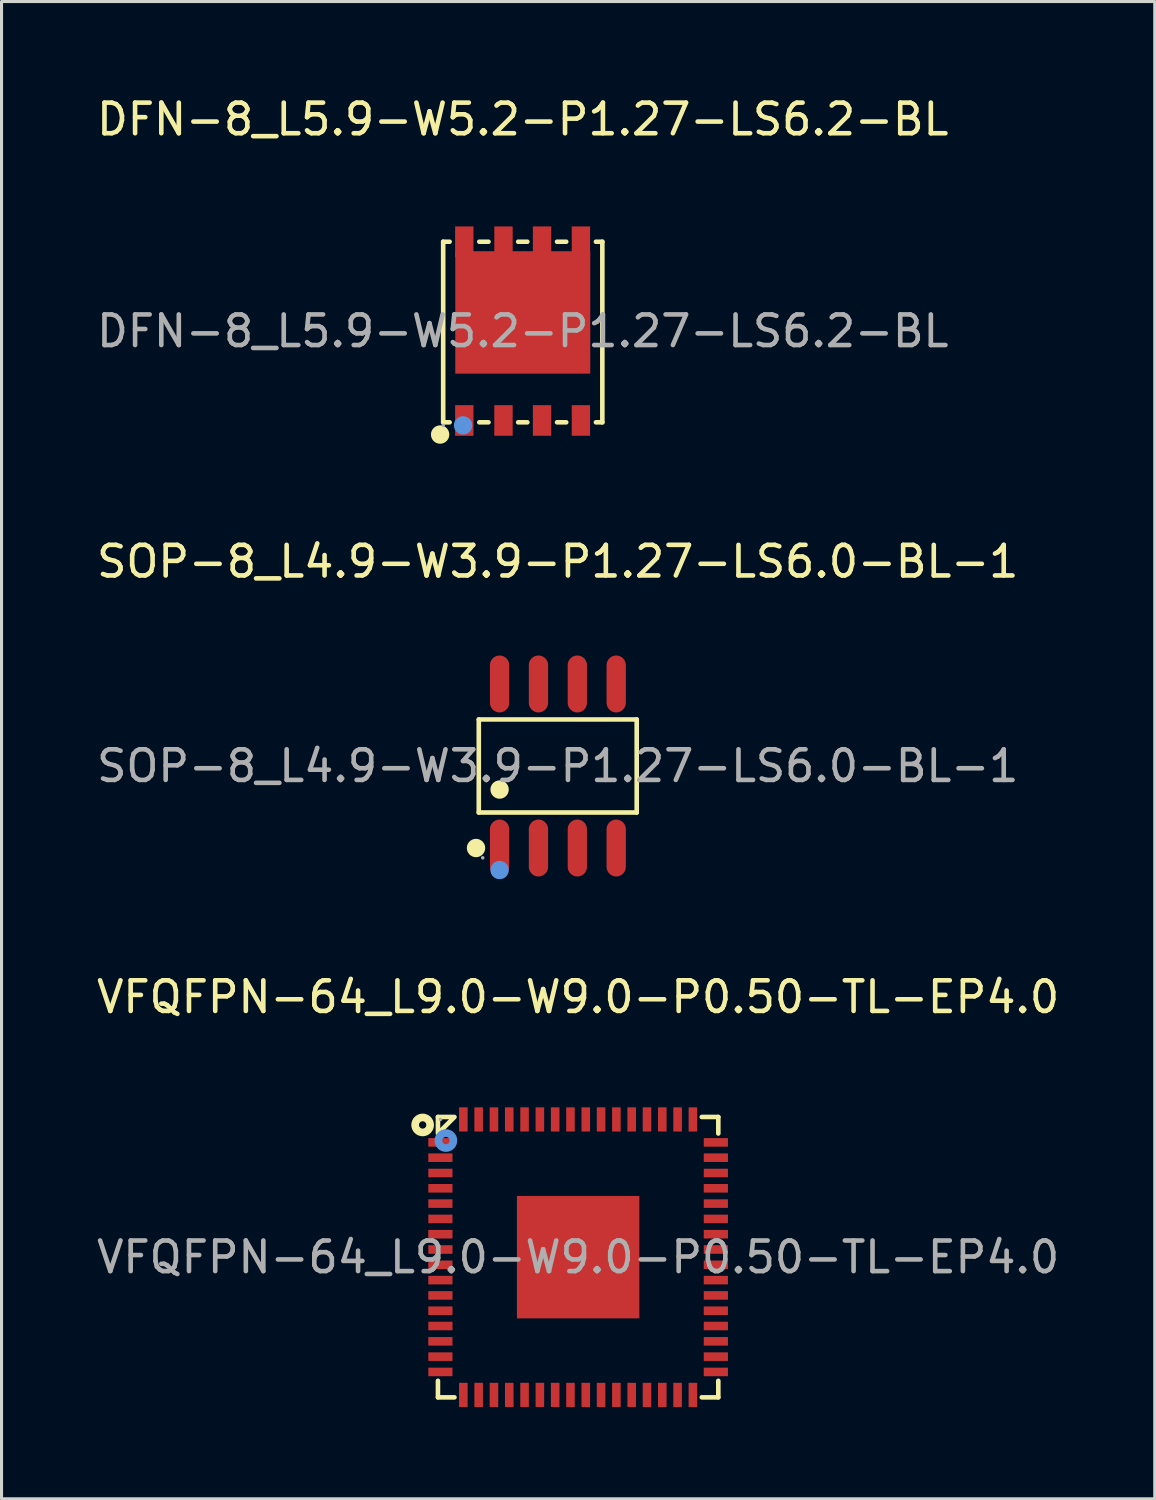
<source format=kicad_pcb>
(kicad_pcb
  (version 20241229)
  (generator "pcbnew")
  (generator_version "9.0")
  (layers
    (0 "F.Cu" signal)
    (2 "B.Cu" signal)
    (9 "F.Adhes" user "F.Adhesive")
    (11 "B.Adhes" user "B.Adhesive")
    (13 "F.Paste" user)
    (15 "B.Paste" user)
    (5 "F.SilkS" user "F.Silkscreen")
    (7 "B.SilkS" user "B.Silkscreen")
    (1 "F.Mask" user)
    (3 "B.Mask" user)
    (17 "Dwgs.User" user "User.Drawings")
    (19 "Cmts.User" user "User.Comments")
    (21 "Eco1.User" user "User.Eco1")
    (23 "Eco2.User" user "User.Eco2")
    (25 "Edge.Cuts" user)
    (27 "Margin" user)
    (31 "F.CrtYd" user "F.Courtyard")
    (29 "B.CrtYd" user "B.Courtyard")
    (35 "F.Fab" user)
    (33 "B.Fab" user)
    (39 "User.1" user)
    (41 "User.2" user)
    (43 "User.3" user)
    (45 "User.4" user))
  (footprint "VFQFPN-64_L9.0-W9.0-P0.50-TL-EP4.0"
    (layer "F.Cu")
    (at 15.839 38.025)
    (property "Reference" "VFQFPN-64_L9.0-W9.0-P0.50-TL-EP4.0" (at 0 -8.5 0) (layer "F.SilkS") (effects (font (size 1 1) (thickness 0.15))))
    (attr smd)
    (fp_line (start -4.58 -4.58) (end -4.04 -4.58) (stroke (width 0.15) (type solid)) (layer "F.SilkS"))
    (fp_line (start -4.58 -4.04) (end -4.58 -4.58) (stroke (width 0.15) (type solid)) (layer "F.SilkS"))
    (fp_line (start -4.58 4.04) (end -4.58 4.58) (stroke (width 0.15) (type solid)) (layer "F.SilkS"))
    (fp_line (start -4.58 4.58) (end -4.04 4.58) (stroke (width 0.15) (type solid)) (layer "F.SilkS"))
    (fp_line (start -4.07 -4.55) (end -4.55 -4.07) (stroke (width 0.15) (type solid)) (layer "F.SilkS"))
    (fp_line (start 4.58 -4.58) (end 4.04 -4.58) (stroke (width 0.15) (type solid)) (layer "F.SilkS"))
    (fp_line (start 4.58 -4.04) (end 4.58 -4.58) (stroke (width 0.15) (type solid)) (layer "F.SilkS"))
    (fp_line (start 4.58 4.04) (end 4.58 4.58) (stroke (width 0.15) (type solid)) (layer "F.SilkS"))
    (fp_line (start 4.58 4.58) (end 4.04 4.58) (stroke (width 0.15) (type solid)) (layer "F.SilkS"))
    (fp_circle (center -5.08 -4.32) (end -4.96 -4.32) (stroke (width 0.25) (type solid)) (fill no) (layer "F.SilkS"))
    (fp_circle (center -4.32 -3.81) (end -4.2 -3.81) (stroke (width 0.25) (type solid)) (fill no) (layer "Cmts.User"))
    (fp_circle (center -4.5 -4.5) (end -4.47 -4.5) (stroke (width 0.06) (type solid)) (fill no) (layer "F.Fab"))
    (fp_text user "${REFERENCE}" (at 0 0 0) (layer "F.Fab") (effects (font (size 1 1) (thickness 0.15))))
    (pad "1" smd rect (at -4.5 -3.75) (size 0.79 0.28) (layers "F.Cu" "F.Mask" "F.Paste"))
    (pad "2" smd rect (at -4.5 -3.25) (size 0.79 0.28) (layers "F.Cu" "F.Mask" "F.Paste"))
    (pad "3" smd rect (at -4.5 -2.75) (size 0.79 0.28) (layers "F.Cu" "F.Mask" "F.Paste"))
    (pad "4" smd rect (at -4.5 -2.25) (size 0.79 0.28) (layers "F.Cu" "F.Mask" "F.Paste"))
    (pad "5" smd rect (at -4.5 -1.75) (size 0.79 0.28) (layers "F.Cu" "F.Mask" "F.Paste"))
    (pad "6" smd rect (at -4.5 -1.25) (size 0.79 0.28) (layers "F.Cu" "F.Mask" "F.Paste"))
    (pad "7" smd rect (at -4.5 -0.75) (size 0.79 0.28) (layers "F.Cu" "F.Mask" "F.Paste"))
    (pad "8" smd rect (at -4.5 -0.25) (size 0.79 0.28) (layers "F.Cu" "F.Mask" "F.Paste"))
    (pad "9" smd rect (at -4.5 0.25) (size 0.79 0.28) (layers "F.Cu" "F.Mask" "F.Paste"))
    (pad "10" smd rect (at -4.5 0.75) (size 0.79 0.28) (layers "F.Cu" "F.Mask" "F.Paste"))
    (pad "11" smd rect (at -4.5 1.25) (size 0.79 0.28) (layers "F.Cu" "F.Mask" "F.Paste"))
    (pad "12" smd rect (at -4.5 1.75) (size 0.79 0.28) (layers "F.Cu" "F.Mask" "F.Paste"))
    (pad "13" smd rect (at -4.5 2.25) (size 0.79 0.28) (layers "F.Cu" "F.Mask" "F.Paste"))
    (pad "14" smd rect (at -4.5 2.75) (size 0.79 0.28) (layers "F.Cu" "F.Mask" "F.Paste"))
    (pad "15" smd rect (at -4.5 3.25) (size 0.79 0.28) (layers "F.Cu" "F.Mask" "F.Paste"))
    (pad "16" smd rect (at -4.5 3.75) (size 0.79 0.28) (layers "F.Cu" "F.Mask" "F.Paste"))
    (pad "17" smd rect (at -3.75 4.5) (size 0.28 0.79) (layers "F.Cu" "F.Mask" "F.Paste"))
    (pad "18" smd rect (at -3.25 4.5) (size 0.28 0.79) (layers "F.Cu" "F.Mask" "F.Paste"))
    (pad "19" smd rect (at -2.75 4.5) (size 0.28 0.79) (layers "F.Cu" "F.Mask" "F.Paste"))
    (pad "20" smd rect (at -2.25 4.5) (size 0.28 0.79) (layers "F.Cu" "F.Mask" "F.Paste"))
    (pad "21" smd rect (at -1.75 4.5) (size 0.28 0.79) (layers "F.Cu" "F.Mask" "F.Paste"))
    (pad "22" smd rect (at -1.25 4.5) (size 0.28 0.79) (layers "F.Cu" "F.Mask" "F.Paste"))
    (pad "23" smd rect (at -0.75 4.5) (size 0.28 0.79) (layers "F.Cu" "F.Mask" "F.Paste"))
    (pad "24" smd rect (at -0.25 4.5) (size 0.28 0.79) (layers "F.Cu" "F.Mask" "F.Paste"))
    (pad "25" smd rect (at 0.25 4.5) (size 0.28 0.79) (layers "F.Cu" "F.Mask" "F.Paste"))
    (pad "26" smd rect (at 0.75 4.5) (size 0.28 0.79) (layers "F.Cu" "F.Mask" "F.Paste"))
    (pad "27" smd rect (at 1.25 4.5) (size 0.28 0.79) (layers "F.Cu" "F.Mask" "F.Paste"))
    (pad "28" smd rect (at 1.75 4.5) (size 0.28 0.79) (layers "F.Cu" "F.Mask" "F.Paste"))
    (pad "29" smd rect (at 2.25 4.5) (size 0.28 0.79) (layers "F.Cu" "F.Mask" "F.Paste"))
    (pad "30" smd rect (at 2.75 4.5) (size 0.28 0.79) (layers "F.Cu" "F.Mask" "F.Paste"))
    (pad "31" smd rect (at 3.25 4.5) (size 0.28 0.79) (layers "F.Cu" "F.Mask" "F.Paste"))
    (pad "32" smd rect (at 3.75 4.5) (size 0.28 0.79) (layers "F.Cu" "F.Mask" "F.Paste"))
    (pad "33" smd rect (at 4.5 3.75) (size 0.79 0.28) (layers "F.Cu" "F.Mask" "F.Paste"))
    (pad "34" smd rect (at 4.5 3.25) (size 0.79 0.28) (layers "F.Cu" "F.Mask" "F.Paste"))
    (pad "35" smd rect (at 4.5 2.75) (size 0.79 0.28) (layers "F.Cu" "F.Mask" "F.Paste"))
    (pad "36" smd rect (at 4.5 2.25) (size 0.79 0.28) (layers "F.Cu" "F.Mask" "F.Paste"))
    (pad "37" smd rect (at 4.5 1.75) (size 0.79 0.28) (layers "F.Cu" "F.Mask" "F.Paste"))
    (pad "38" smd rect (at 4.5 1.25) (size 0.79 0.28) (layers "F.Cu" "F.Mask" "F.Paste"))
    (pad "39" smd rect (at 4.5 0.75) (size 0.79 0.28) (layers "F.Cu" "F.Mask" "F.Paste"))
    (pad "40" smd rect (at 4.5 0.25) (size 0.79 0.28) (layers "F.Cu" "F.Mask" "F.Paste"))
    (pad "41" smd rect (at 4.5 -0.25) (size 0.79 0.28) (layers "F.Cu" "F.Mask" "F.Paste"))
    (pad "42" smd rect (at 4.5 -0.75) (size 0.79 0.28) (layers "F.Cu" "F.Mask" "F.Paste"))
    (pad "43" smd rect (at 4.5 -1.25) (size 0.79 0.28) (layers "F.Cu" "F.Mask" "F.Paste"))
    (pad "44" smd rect (at 4.5 -1.75) (size 0.79 0.28) (layers "F.Cu" "F.Mask" "F.Paste"))
    (pad "45" smd rect (at 4.5 -2.25) (size 0.79 0.28) (layers "F.Cu" "F.Mask" "F.Paste"))
    (pad "46" smd rect (at 4.5 -2.75) (size 0.79 0.28) (layers "F.Cu" "F.Mask" "F.Paste"))
    (pad "47" smd rect (at 4.5 -3.25) (size 0.79 0.28) (layers "F.Cu" "F.Mask" "F.Paste"))
    (pad "48" smd rect (at 4.5 -3.75) (size 0.79 0.28) (layers "F.Cu" "F.Mask" "F.Paste"))
    (pad "49" smd rect (at 3.75 -4.5) (size 0.28 0.79) (layers "F.Cu" "F.Mask" "F.Paste"))
    (pad "50" smd rect (at 3.25 -4.5) (size 0.28 0.79) (layers "F.Cu" "F.Mask" "F.Paste"))
    (pad "51" smd rect (at 2.75 -4.5) (size 0.28 0.79) (layers "F.Cu" "F.Mask" "F.Paste"))
    (pad "52" smd rect (at 2.25 -4.5) (size 0.28 0.79) (layers "F.Cu" "F.Mask" "F.Paste"))
    (pad "53" smd rect (at 1.75 -4.5) (size 0.28 0.79) (layers "F.Cu" "F.Mask" "F.Paste"))
    (pad "54" smd rect (at 1.25 -4.5) (size 0.28 0.79) (layers "F.Cu" "F.Mask" "F.Paste"))
    (pad "55" smd rect (at 0.75 -4.5) (size 0.28 0.79) (layers "F.Cu" "F.Mask" "F.Paste"))
    (pad "56" smd rect (at 0.25 -4.5) (size 0.28 0.79) (layers "F.Cu" "F.Mask" "F.Paste"))
    (pad "57" smd rect (at -0.25 -4.5) (size 0.28 0.79) (layers "F.Cu" "F.Mask" "F.Paste"))
    (pad "58" smd rect (at -0.75 -4.5) (size 0.28 0.79) (layers "F.Cu" "F.Mask" "F.Paste"))
    (pad "59" smd rect (at -1.25 -4.5) (size 0.28 0.79) (layers "F.Cu" "F.Mask" "F.Paste"))
    (pad "60" smd rect (at -1.75 -4.5) (size 0.28 0.79) (layers "F.Cu" "F.Mask" "F.Paste"))
    (pad "61" smd rect (at -2.25 -4.5) (size 0.28 0.79) (layers "F.Cu" "F.Mask" "F.Paste"))
    (pad "62" smd rect (at -2.75 -4.5) (size 0.28 0.79) (layers "F.Cu" "F.Mask" "F.Paste"))
    (pad "63" smd rect (at -3.25 -4.5) (size 0.28 0.79) (layers "F.Cu" "F.Mask" "F.Paste"))
    (pad "64" smd rect (at -3.75 -4.5) (size 0.28 0.79) (layers "F.Cu" "F.Mask" "F.Paste"))
    (pad "65" smd rect (at 0 0) (size 4 4) (layers "F.Cu" "F.Mask" "F.Paste")))
  (footprint "SOP-8_L4.9-W3.9-P1.27-LS6.0-BL-1"
    (layer "F.Cu")
    (at 15.173 21.977)
    (property "Reference" "SOP-8_L4.9-W3.9-P1.27-LS6.0-BL-1" (at 0 -6.68 0) (layer "F.SilkS") (effects (font (size 1 1) (thickness 0.15))))
    (attr smd)
    (fp_line (start -2.58 -1.52) (end 2.58 -1.52) (stroke (width 0.15) (type solid)) (layer "F.SilkS"))
    (fp_line (start -2.58 1.52) (end -2.58 -1.52) (stroke (width 0.15) (type solid)) (layer "F.SilkS"))
    (fp_line (start 2.58 -1.52) (end 2.58 1.52) (stroke (width 0.15) (type solid)) (layer "F.SilkS"))
    (fp_line (start 2.58 1.52) (end -2.58 1.52) (stroke (width 0.15) (type solid)) (layer "F.SilkS"))
    (fp_circle (center -2.67 2.68) (end -2.52 2.68) (stroke (width 0.3) (type solid)) (fill no) (layer "F.SilkS"))
    (fp_circle (center -1.9 0.77) (end -1.75 0.77) (stroke (width 0.3) (type solid)) (fill no) (layer "F.SilkS"))
    (fp_circle (center -1.9 3.4) (end -1.75 3.4) (stroke (width 0.3) (type solid)) (fill no) (layer "Cmts.User"))
    (fp_circle (center -2.45 3) (end -2.42 3) (stroke (width 0.06) (type solid)) (fill no) (layer "F.Fab"))
    (fp_text user "${REFERENCE}" (at 0 0 0) (layer "F.Fab") (effects (font (size 1 1) (thickness 0.15))))
    (pad "1" smd oval (at -1.9 2.68) (size 0.63 1.86) (layers "F.Cu" "F.Mask" "F.Paste"))
    (pad "2" smd oval (at -0.63 2.68) (size 0.63 1.86) (layers "F.Cu" "F.Mask" "F.Paste"))
    (pad "3" smd oval (at 0.64 2.68) (size 0.63 1.86) (layers "F.Cu" "F.Mask" "F.Paste"))
    (pad "4" smd oval (at 1.91 2.68) (size 0.63 1.86) (layers "F.Cu" "F.Mask" "F.Paste"))
    (pad "5" smd oval (at 1.91 -2.68) (size 0.63 1.86) (layers "F.Cu" "F.Mask" "F.Paste"))
    (pad "6" smd oval (at 0.64 -2.68) (size 0.63 1.86) (layers "F.Cu" "F.Mask" "F.Paste"))
    (pad "7" smd oval (at -0.63 -2.68) (size 0.63 1.86) (layers "F.Cu" "F.Mask" "F.Paste"))
    (pad "8" smd oval (at -1.9 -2.68) (size 0.63 1.86) (layers "F.Cu" "F.Mask" "F.Paste")))
  (footprint "DFN-8_L5.9-W5.2-P1.27-LS6.2-BL"
    (layer "F.Cu")
    (at 14.03 7.768)
    (property "Reference" "DFN-8_L5.9-W5.2-P1.27-LS6.2-BL" (at 0 -6.92 0) (layer "F.SilkS") (effects (font (size 1 1) (thickness 0.15))))
    (attr smd)
    (fp_line (start -2.6 -2.92) (end -2.39 -2.92) (stroke (width 0.15) (type solid)) (layer "F.SilkS"))
    (fp_line (start -2.6 2.98) (end -2.6 -2.92) (stroke (width 0.15) (type solid)) (layer "F.SilkS"))
    (fp_line (start -2.39 2.98) (end -2.6 2.98) (stroke (width 0.15) (type solid)) (layer "F.SilkS"))
    (fp_line (start -1.42 -2.92) (end -1.12 -2.92) (stroke (width 0.15) (type solid)) (layer "F.SilkS"))
    (fp_line (start -1.12 2.98) (end -1.42 2.98) (stroke (width 0.15) (type solid)) (layer "F.SilkS"))
    (fp_line (start -0.15 -2.92) (end 0.15 -2.92) (stroke (width 0.15) (type solid)) (layer "F.SilkS"))
    (fp_line (start 0.15 2.98) (end -0.15 2.98) (stroke (width 0.15) (type solid)) (layer "F.SilkS"))
    (fp_line (start 1.12 -2.92) (end 1.42 -2.92) (stroke (width 0.15) (type solid)) (layer "F.SilkS"))
    (fp_line (start 1.42 2.98) (end 1.12 2.98) (stroke (width 0.15) (type solid)) (layer "F.SilkS"))
    (fp_line (start 2.39 -2.92) (end 2.6 -2.92) (stroke (width 0.15) (type solid)) (layer "F.SilkS"))
    (fp_line (start 2.6 -2.92) (end 2.6 2.98) (stroke (width 0.15) (type solid)) (layer "F.SilkS"))
    (fp_line (start 2.6 2.98) (end 2.39 2.98) (stroke (width 0.15) (type solid)) (layer "F.SilkS"))
    (fp_circle (center -2.7 3.38) (end -2.55 3.38) (stroke (width 0.3) (type solid)) (fill no) (layer "F.SilkS"))
    (fp_circle (center -1.95 3.08) (end -1.8 3.08) (stroke (width 0.3) (type solid)) (fill no) (layer "Cmts.User"))
    (fp_circle (center -2.6 3.08) (end -2.57 3.08) (stroke (width 0.06) (type solid)) (fill no) (layer "F.Fab"))
    (fp_text user "${REFERENCE}" (at 0 0 0) (layer "F.Fab") (effects (font (size 1 1) (thickness 0.15))))
    (pad "1" smd rect (at -1.91 2.92) (size 0.6 1) (layers "F.Cu" "F.Mask" "F.Paste"))
    (pad "2" smd rect (at -0.63 2.92) (size 0.6 1) (layers "F.Cu" "F.Mask" "F.Paste"))
    (pad "3" smd rect (at 0.63 2.92) (size 0.6 1) (layers "F.Cu" "F.Mask" "F.Paste"))
    (pad "4" smd rect (at 1.9 2.92) (size 0.6 1) (layers "F.Cu" "F.Mask" "F.Paste"))
    (pad "5" smd rect (at 1.9 -2.92) (size 0.6 1) (layers "F.Cu" "F.Mask" "F.Paste"))
    (pad "6" smd rect (at 0.63 -2.92) (size 0.6 1) (layers "F.Cu" "F.Mask" "F.Paste"))
    (pad "7" smd rect (at -0.63 -2.92) (size 0.6 1) (layers "F.Cu" "F.Mask" "F.Paste"))
    (pad "8" smd rect (at -1.91 -2.92) (size 0.6 1) (layers "F.Cu" "F.Mask" "F.Paste"))
    (pad "9" smd rect (at 0 -0.61) (size 4.41 4) (layers "F.Cu" "F.Mask" "F.Paste")))
  (gr_rect
    (start -3 -3)
    (end 34.679 45.92)
    (stroke (width 0.1) (type default))
    (fill no)
    (layer "Edge.Cuts")))
</source>
